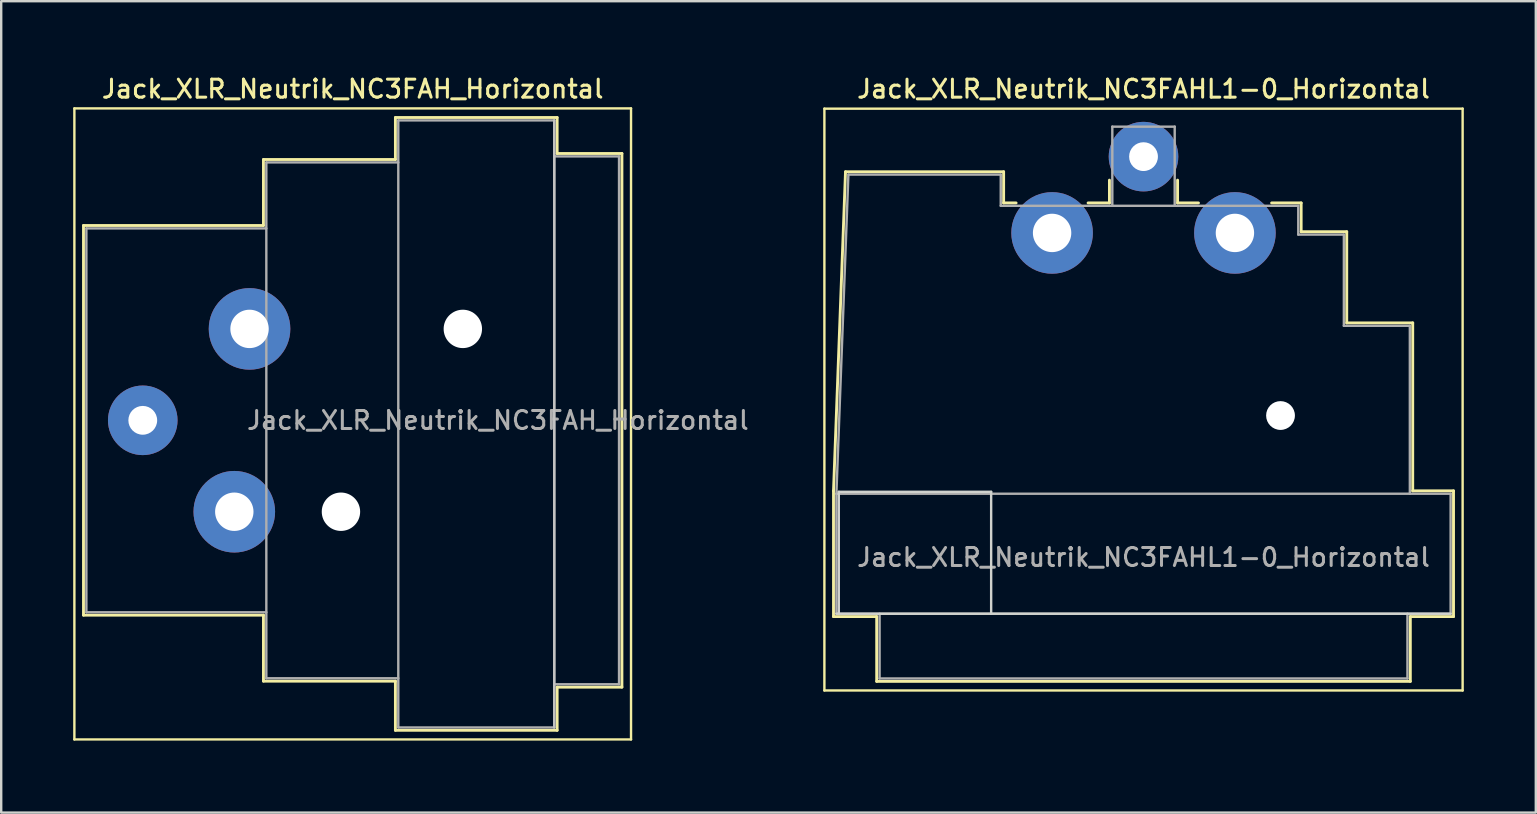
<source format=kicad_pcb>
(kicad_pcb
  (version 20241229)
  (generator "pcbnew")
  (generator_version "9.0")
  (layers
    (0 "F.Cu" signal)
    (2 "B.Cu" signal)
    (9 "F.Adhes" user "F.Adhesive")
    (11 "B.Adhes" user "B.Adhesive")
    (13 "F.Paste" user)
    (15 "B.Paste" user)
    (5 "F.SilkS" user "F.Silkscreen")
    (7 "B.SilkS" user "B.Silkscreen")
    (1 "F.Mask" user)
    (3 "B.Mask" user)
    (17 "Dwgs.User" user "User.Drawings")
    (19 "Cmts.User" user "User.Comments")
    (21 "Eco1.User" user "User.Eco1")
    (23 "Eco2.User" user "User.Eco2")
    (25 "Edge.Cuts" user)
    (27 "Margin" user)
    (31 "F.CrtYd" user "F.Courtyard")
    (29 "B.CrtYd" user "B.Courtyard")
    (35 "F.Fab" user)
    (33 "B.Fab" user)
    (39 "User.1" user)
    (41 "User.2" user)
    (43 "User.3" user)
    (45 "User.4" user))
  (footprint "Jack_XLR_Neutrik_NC3FAH_Horizontal"
    (layer "F.Cu")
    (at 7.35 10.658)
    (property "Reference" "Jack_XLR_Neutrik_NC3FAH_Horizontal" (at 4.3 -10 0) (layer "F.SilkS") (effects (font (size 0.75 0.75) (thickness 0.125))))
    (attr through_hole)
    (fp_line (start -7.3 -9.19) (end -7.3 17.11) (stroke (width 0.1) (type solid)) (layer "F.SilkS"))
    (fp_line (start -6.92 -4.31) (end -6.92 11.93) (stroke (width 0.12) (type solid)) (layer "F.SilkS"))
    (fp_line (start 0.58 -7.06) (end 0.58 -4.31) (stroke (width 0.12) (type solid)) (layer "F.SilkS"))
    (fp_line (start 0.58 -4.31) (end -6.92 -4.31) (stroke (width 0.12) (type solid)) (layer "F.SilkS"))
    (fp_line (start 0.58 11.93) (end -6.92 11.93) (stroke (width 0.12) (type solid)) (layer "F.SilkS"))
    (fp_line (start 0.58 11.93) (end 0.58 14.68) (stroke (width 0.12) (type solid)) (layer "F.SilkS"))
    (fp_line (start 6.08 -7.06) (end 0.58 -7.06) (stroke (width 0.12) (type solid)) (layer "F.SilkS"))
    (fp_line (start 6.08 -7.06) (end 6.08 -8.81) (stroke (width 0.12) (type solid)) (layer "F.SilkS"))
    (fp_line (start 6.08 14.68) (end 0.58 14.68) (stroke (width 0.12) (type solid)) (layer "F.SilkS"))
    (fp_line (start 6.08 16.73) (end 6.08 14.68) (stroke (width 0.12) (type solid)) (layer "F.SilkS"))
    (fp_line (start 12.82 -8.81) (end 6.08 -8.81) (stroke (width 0.12) (type solid)) (layer "F.SilkS"))
    (fp_line (start 12.82 -8.81) (end 12.82 -7.31) (stroke (width 0.12) (type solid)) (layer "F.SilkS"))
    (fp_line (start 12.82 -7.31) (end 15.52 -7.31) (stroke (width 0.12) (type solid)) (layer "F.SilkS"))
    (fp_line (start 12.82 14.93) (end 12.82 16.73) (stroke (width 0.12) (type solid)) (layer "F.SilkS"))
    (fp_line (start 12.82 14.93) (end 15.52 14.93) (stroke (width 0.12) (type solid)) (layer "F.SilkS"))
    (fp_line (start 12.82 16.73) (end 6.08 16.73) (stroke (width 0.12) (type solid)) (layer "F.SilkS"))
    (fp_line (start 15.52 -7.31) (end 15.52 14.93) (stroke (width 0.12) (type solid)) (layer "F.SilkS"))
    (fp_line (start 15.9 -9.19) (end -7.3 -9.19) (stroke (width 0.1) (type solid)) (layer "F.SilkS"))
    (fp_line (start 15.9 -9.19) (end 15.9 17.11) (stroke (width 0.1) (type solid)) (layer "F.SilkS"))
    (fp_line (start 15.9 17.11) (end -7.3 17.11) (stroke (width 0.1) (type solid)) (layer "F.SilkS"))
    (fp_line (start 12.7 -8.69) (end 12.7 16.61) (stroke (width 0.1) (type solid)) (layer "Dwgs.User"))
    (fp_line (start -6.8 -4.19) (end -6.8 11.81) (stroke (width 0.1) (type solid)) (layer "F.Fab"))
    (fp_line (start -6.8 11.81) (end 0.7 11.81) (stroke (width 0.1) (type solid)) (layer "F.Fab"))
    (fp_line (start 0.7 -6.94) (end 0.7 14.56) (stroke (width 0.1) (type solid)) (layer "F.Fab"))
    (fp_line (start 0.7 -4.19) (end -6.8 -4.19) (stroke (width 0.1) (type solid)) (layer "F.Fab"))
    (fp_line (start 0.7 14.56) (end 6.2 14.56) (stroke (width 0.1) (type solid)) (layer "F.Fab"))
    (fp_line (start 6.2 -8.69) (end 12.7 -8.69) (stroke (width 0.1) (type solid)) (layer "F.Fab"))
    (fp_line (start 6.2 -6.94) (end 0.7 -6.94) (stroke (width 0.1) (type solid)) (layer "F.Fab"))
    (fp_line (start 6.2 16.61) (end 6.2 -8.69) (stroke (width 0.1) (type solid)) (layer "F.Fab"))
    (fp_line (start 12.7 -8.69) (end 12.7 16.61) (stroke (width 0.1) (type solid)) (layer "F.Fab"))
    (fp_line (start 12.7 -7.19) (end 15.4 -7.19) (stroke (width 0.1) (type solid)) (layer "F.Fab"))
    (fp_line (start 12.7 16.61) (end 6.2 16.61) (stroke (width 0.1) (type solid)) (layer "F.Fab"))
    (fp_line (start 15.4 -7.19) (end 15.4 14.81) (stroke (width 0.1) (type solid)) (layer "F.Fab"))
    (fp_line (start 15.4 14.81) (end 12.7 14.81) (stroke (width 0.1) (type solid)) (layer "F.Fab"))
    (fp_text user "${REFERENCE}" (at 10.35 3.81 0) (layer "F.Fab") (effects (font (size 0.75 0.75) (thickness 0.125))))
    (pad "" np_thru_hole circle (at 3.81 7.62) (size 1.6 1.6) (drill 1.6) (layers "*.Cu" "*.Mask"))
    (pad "" np_thru_hole circle (at 8.89 0) (size 1.6 1.6) (drill 1.6) (layers "*.Cu" "*.Mask"))
    (pad "1" thru_hole circle (at 0 0) (size 3.4 3.4) (drill 1.6) (layers "*.Cu" "*.Mask"))
    (pad "2" thru_hole circle (at -0.635 7.62) (size 3.4 3.4) (drill 1.6) (layers "*.Cu" "*.Mask"))
    (pad "3" thru_hole circle (at -4.45 3.81) (size 2.9 2.9) (drill 1.2) (layers "*.Cu" "*.Mask")))
  (footprint "Jack_XLR_Neutrik_NC3FAHL1-0_Horizontal"
    (layer "F.Cu")
    (at 40.799 6.658)
    (property "Reference" "Jack_XLR_Neutrik_NC3FAHL1-0_Horizontal" (at 3.81 -6 0) (layer "F.SilkS") (effects (font (size 0.75 0.75) (thickness 0.125))))
    (attr through_hole)
    (fp_line (start -9.49 19.07) (end -9.49 -5.18) (stroke (width 0.1) (type solid)) (layer "F.SilkS"))
    (fp_line (start -9.11 10.75) (end -8.61 -2.55) (stroke (width 0.12) (type solid)) (layer "F.SilkS"))
    (fp_line (start -9.11 15.99) (end -9.11 10.75) (stroke (width 0.12) (type solid)) (layer "F.SilkS"))
    (fp_line (start -8.61 -2.55) (end -2.02 -2.55) (stroke (width 0.12) (type solid)) (layer "F.SilkS"))
    (fp_line (start -7.31 15.99) (end -9.11 15.99) (stroke (width 0.12) (type solid)) (layer "F.SilkS"))
    (fp_line (start -7.31 15.99) (end -7.31 18.69) (stroke (width 0.12) (type solid)) (layer "F.SilkS"))
    (fp_line (start -2.02 -2.55) (end -2.02 -1.25) (stroke (width 0.12) (type solid)) (layer "F.SilkS"))
    (fp_line (start -2.02 -1.25) (end -1.5 -1.25) (stroke (width 0.12) (type solid)) (layer "F.SilkS"))
    (fp_line (start 1.5 -1.25) (end 2.39 -1.25) (stroke (width 0.12) (type solid)) (layer "F.SilkS"))
    (fp_line (start 2.39 -1.25) (end 2.39 -2.2) (stroke (width 0.12) (type solid)) (layer "F.SilkS"))
    (fp_line (start 5.23 -1.25) (end 5.23 -2.2) (stroke (width 0.12) (type solid)) (layer "F.SilkS"))
    (fp_line (start 5.23 -1.25) (end 6.1 -1.25) (stroke (width 0.12) (type solid)) (layer "F.SilkS"))
    (fp_line (start 9.15 -1.25) (end 10.38 -1.25) (stroke (width 0.12) (type solid)) (layer "F.SilkS"))
    (fp_line (start 10.38 -0.05) (end 10.38 -1.25) (stroke (width 0.12) (type solid)) (layer "F.SilkS"))
    (fp_line (start 10.38 -0.05) (end 12.28 -0.05) (stroke (width 0.12) (type solid)) (layer "F.SilkS"))
    (fp_line (start 12.28 3.75) (end 12.28 -0.05) (stroke (width 0.12) (type solid)) (layer "F.SilkS"))
    (fp_line (start 12.28 3.75) (end 15.03 3.75) (stroke (width 0.12) (type solid)) (layer "F.SilkS"))
    (fp_line (start 14.93 15.99) (end 14.93 18.69) (stroke (width 0.12) (type solid)) (layer "F.SilkS"))
    (fp_line (start 14.93 18.69) (end -7.31 18.69) (stroke (width 0.12) (type solid)) (layer "F.SilkS"))
    (fp_line (start 15.03 10.75) (end 15.03 3.75) (stroke (width 0.12) (type solid)) (layer "F.SilkS"))
    (fp_line (start 15.03 10.75) (end 16.73 10.75) (stroke (width 0.12) (type solid)) (layer "F.SilkS"))
    (fp_line (start 16.73 15.99) (end 14.93 15.99) (stroke (width 0.12) (type solid)) (layer "F.SilkS"))
    (fp_line (start 16.73 15.99) (end 16.73 10.75) (stroke (width 0.12) (type solid)) (layer "F.SilkS"))
    (fp_line (start 17.11 -5.18) (end -9.49 -5.18) (stroke (width 0.1) (type solid)) (layer "F.SilkS"))
    (fp_line (start 17.11 19.07) (end -9.49 19.07) (stroke (width 0.1) (type solid)) (layer "F.SilkS"))
    (fp_line (start 17.11 19.07) (end 17.11 -5.18) (stroke (width 0.1) (type solid)) (layer "F.SilkS"))
    (fp_line (start -8.89 10.79) (end -8.89 15.87) (stroke (width 0.1) (type solid)) (layer "Edge.Cuts"))
    (fp_line (start -2.54 10.79) (end -8.89 10.79) (stroke (width 0.1) (type solid)) (layer "Edge.Cuts"))
    (fp_line (start -2.54 15.87) (end -2.54 10.79) (stroke (width 0.1) (type solid)) (layer "Edge.Cuts"))
    (fp_line (start 16.61 15.87) (end -8.99 15.87) (stroke (width 0.1) (type solid)) (layer "Edge.Cuts"))
    (fp_line (start -8.99 10.87) (end 16.61 10.87) (stroke (width 0.1) (type solid)) (layer "F.Fab"))
    (fp_line (start -8.99 15.87) (end -8.99 10.87) (stroke (width 0.1) (type solid)) (layer "F.Fab"))
    (fp_line (start -8.49 -2.43) (end -8.99 10.87) (stroke (width 0.1) (type solid)) (layer "F.Fab"))
    (fp_line (start -8.49 -2.43) (end -2.14 -2.43) (stroke (width 0.1) (type solid)) (layer "F.Fab"))
    (fp_line (start -7.19 18.57) (end -7.19 15.87) (stroke (width 0.1) (type solid)) (layer "F.Fab"))
    (fp_line (start -2.14 -1.13) (end -2.14 -2.43) (stroke (width 0.1) (type solid)) (layer "F.Fab"))
    (fp_line (start -2.14 -1.13) (end 10.26 -1.13) (stroke (width 0.1) (type solid)) (layer "F.Fab"))
    (fp_line (start 2.51 -4.43) (end 2.51 -1.13) (stroke (width 0.1) (type solid)) (layer "F.Fab"))
    (fp_line (start 2.51 -4.43) (end 5.11 -4.43) (stroke (width 0.1) (type solid)) (layer "F.Fab"))
    (fp_line (start 5.11 -4.43) (end 5.11 -1.13) (stroke (width 0.1) (type solid)) (layer "F.Fab"))
    (fp_line (start 10.26 -1.13) (end 10.26 0.07) (stroke (width 0.1) (type solid)) (layer "F.Fab"))
    (fp_line (start 10.26 0.07) (end 12.16 0.07) (stroke (width 0.1) (type solid)) (layer "F.Fab"))
    (fp_line (start 12.16 0.07) (end 12.16 3.87) (stroke (width 0.1) (type solid)) (layer "F.Fab"))
    (fp_line (start 12.16 3.87) (end 14.91 3.87) (stroke (width 0.1) (type solid)) (layer "F.Fab"))
    (fp_line (start 14.81 15.87) (end 14.81 18.57) (stroke (width 0.1) (type solid)) (layer "F.Fab"))
    (fp_line (start 14.81 18.57) (end -7.19 18.57) (stroke (width 0.1) (type solid)) (layer "F.Fab"))
    (fp_line (start 14.91 3.87) (end 14.91 10.87) (stroke (width 0.1) (type solid)) (layer "F.Fab"))
    (fp_line (start 16.61 10.87) (end 16.61 15.87) (stroke (width 0.1) (type solid)) (layer "F.Fab"))
    (fp_line (start 16.61 15.87) (end -8.99 15.87) (stroke (width 0.1) (type solid)) (layer "F.Fab"))
    (fp_text user "${REFERENCE}" (at 3.81 13.52 0) (layer "F.Fab") (effects (font (size 0.75 0.75) (thickness 0.125))))
    (pad "" np_thru_hole circle (at 9.52 7.61) (size 1.2 1.2) (drill 1.2) (layers "*.Cu" "*.Mask"))
    (pad "1" thru_hole circle (at 0 0) (size 3.4 3.4) (drill 1.6) (layers "*.Cu" "*.Mask"))
    (pad "2" thru_hole circle (at 3.81 -3.18) (size 2.9 2.9) (drill 1.2) (layers "*.Cu" "*.Mask"))
    (pad "3" thru_hole circle (at 7.62 0) (size 3.4 3.4) (drill 1.6) (layers "*.Cu" "*.Mask")))
  (gr_rect
    (start -3 -3)
    (end 60.959 30.818)
    (stroke (width 0.1) (type default))
    (fill no)
    (layer "Edge.Cuts")))
</source>
